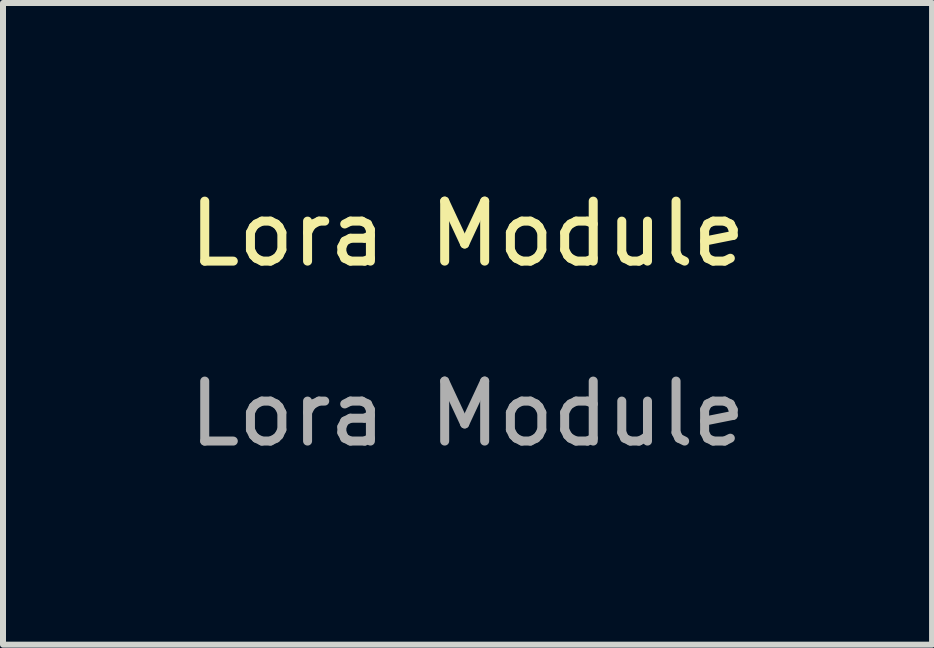
<source format=kicad_pcb>
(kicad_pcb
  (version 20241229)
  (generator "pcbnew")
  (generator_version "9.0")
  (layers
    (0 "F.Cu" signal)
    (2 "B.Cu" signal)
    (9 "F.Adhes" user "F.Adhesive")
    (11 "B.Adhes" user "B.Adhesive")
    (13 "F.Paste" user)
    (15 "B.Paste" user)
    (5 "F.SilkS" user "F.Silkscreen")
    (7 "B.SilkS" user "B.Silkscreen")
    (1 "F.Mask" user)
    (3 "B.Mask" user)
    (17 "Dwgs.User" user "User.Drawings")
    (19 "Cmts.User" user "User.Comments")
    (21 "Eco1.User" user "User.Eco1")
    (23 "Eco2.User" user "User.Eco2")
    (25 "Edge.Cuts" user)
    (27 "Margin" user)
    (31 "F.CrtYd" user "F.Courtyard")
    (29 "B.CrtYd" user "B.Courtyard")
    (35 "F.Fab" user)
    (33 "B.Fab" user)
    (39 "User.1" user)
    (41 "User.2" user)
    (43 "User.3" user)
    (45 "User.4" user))
  (footprint "Lora Module"
    (layer "F.Cu")
    (at 4.744 1.348)
    (property "Reference" "Lora Module" (at 0 -0.5 0) (unlocked yes) (layer "F.SilkS") (effects (font (size 1 1) (thickness 0.15))))
    (attr smd)
    (fp_text user "${REFERENCE}" (at 0 2.5 0) (unlocked yes) (layer "F.Fab") (effects (font (size 1 1) (thickness 0.15)))))
  (gr_rect
    (start -3 -3)
    (end 12.488 7.697)
    (stroke (width 0.1) (type default))
    (fill no)
    (layer "Edge.Cuts")))
</source>
